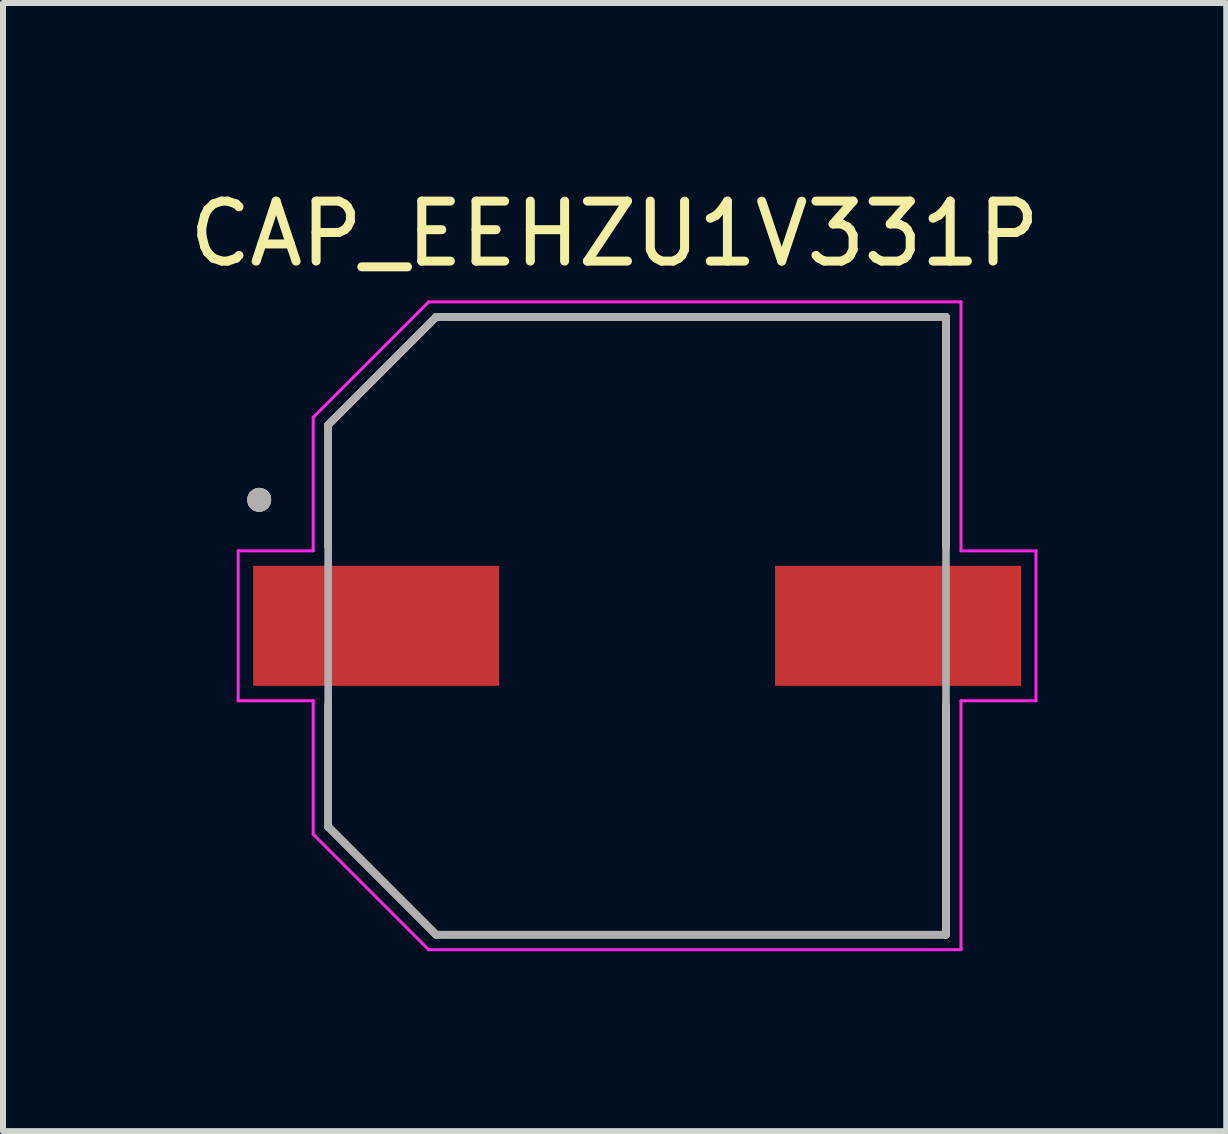
<source format=kicad_pcb>
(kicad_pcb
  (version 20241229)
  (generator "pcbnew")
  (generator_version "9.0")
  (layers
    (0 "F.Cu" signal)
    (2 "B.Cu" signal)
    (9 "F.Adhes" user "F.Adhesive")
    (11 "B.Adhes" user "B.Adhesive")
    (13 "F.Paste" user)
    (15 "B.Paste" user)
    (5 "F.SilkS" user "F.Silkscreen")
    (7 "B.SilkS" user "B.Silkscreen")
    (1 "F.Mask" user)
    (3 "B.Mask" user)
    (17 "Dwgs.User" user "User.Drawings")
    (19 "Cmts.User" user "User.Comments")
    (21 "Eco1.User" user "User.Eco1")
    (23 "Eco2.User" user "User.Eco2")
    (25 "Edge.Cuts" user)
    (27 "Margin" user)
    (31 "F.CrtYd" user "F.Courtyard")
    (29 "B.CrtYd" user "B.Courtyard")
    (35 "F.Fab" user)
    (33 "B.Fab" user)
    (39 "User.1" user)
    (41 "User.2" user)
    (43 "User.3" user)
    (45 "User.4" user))
  (footprint "CAP_EEHZU1V331P"
    (layer "F.Cu")
    (at 7.571 7.383)
    (property "Reference" "CAP_EEHZU1V331P" (at -0.375 -6.535 0) (layer "F.SilkS") (effects (font (size 1 1) (thickness 0.15))))
    (attr smd)
    (fp_line (start -5.15 -3.35) (end -5.15 -1.32) (stroke (width 0.127) (type solid)) (layer "F.SilkS"))
    (fp_line (start -5.15 1.32) (end -5.15 3.35) (stroke (width 0.127) (type solid)) (layer "F.SilkS"))
    (fp_line (start -5.15 3.35) (end -3.35 5.15) (stroke (width 0.127) (type solid)) (layer "F.SilkS"))
    (fp_line (start -3.35 -5.15) (end -5.15 -3.35) (stroke (width 0.127) (type solid)) (layer "F.SilkS"))
    (fp_line (start -3.35 5.15) (end 5.15 5.15) (stroke (width 0.127) (type solid)) (layer "F.SilkS"))
    (fp_line (start 5.15 -5.15) (end -3.35 -5.15) (stroke (width 0.127) (type solid)) (layer "F.SilkS"))
    (fp_line (start 5.15 -1.32) (end 5.15 -5.15) (stroke (width 0.127) (type solid)) (layer "F.SilkS"))
    (fp_line (start 5.15 5.15) (end 5.15 1.32) (stroke (width 0.127) (type solid)) (layer "F.SilkS"))
    (fp_circle (center -6.3 -2.1) (end -6.2 -2.1) (stroke (width 0.2) (type solid)) (fill no) (layer "F.SilkS"))
    (fp_line (start -6.65 -1.25) (end -5.4 -1.25) (stroke (width 0.05) (type solid)) (layer "F.CrtYd"))
    (fp_line (start -6.65 1.25) (end -6.65 -1.25) (stroke (width 0.05) (type solid)) (layer "F.CrtYd"))
    (fp_line (start -5.4 -3.475) (end -3.475 -5.4) (stroke (width 0.05) (type solid)) (layer "F.CrtYd"))
    (fp_line (start -5.4 -1.25) (end -5.4 -3.475) (stroke (width 0.05) (type solid)) (layer "F.CrtYd"))
    (fp_line (start -5.4 1.25) (end -6.65 1.25) (stroke (width 0.05) (type solid)) (layer "F.CrtYd"))
    (fp_line (start -5.4 3.475) (end -5.4 1.25) (stroke (width 0.05) (type solid)) (layer "F.CrtYd"))
    (fp_line (start -3.475 -5.4) (end 5.4 -5.4) (stroke (width 0.05) (type solid)) (layer "F.CrtYd"))
    (fp_line (start -3.475 5.4) (end -5.4 3.475) (stroke (width 0.05) (type solid)) (layer "F.CrtYd"))
    (fp_line (start 5.4 -5.4) (end 5.4 -1.25) (stroke (width 0.05) (type solid)) (layer "F.CrtYd"))
    (fp_line (start 5.4 -1.25) (end 6.65 -1.25) (stroke (width 0.05) (type solid)) (layer "F.CrtYd"))
    (fp_line (start 5.4 1.25) (end 5.4 5.4) (stroke (width 0.05) (type solid)) (layer "F.CrtYd"))
    (fp_line (start 5.4 5.4) (end -3.475 5.4) (stroke (width 0.05) (type solid)) (layer "F.CrtYd"))
    (fp_line (start 6.65 -1.25) (end 6.65 1.25) (stroke (width 0.05) (type solid)) (layer "F.CrtYd"))
    (fp_line (start 6.65 1.25) (end 5.4 1.25) (stroke (width 0.05) (type solid)) (layer "F.CrtYd"))
    (fp_line (start -5.15 -3.35) (end -5.15 3.35) (stroke (width 0.127) (type solid)) (layer "F.Fab"))
    (fp_line (start -5.15 3.35) (end -3.35 5.15) (stroke (width 0.127) (type solid)) (layer "F.Fab"))
    (fp_line (start -3.35 -5.15) (end -5.15 -3.35) (stroke (width 0.127) (type solid)) (layer "F.Fab"))
    (fp_line (start -3.35 5.15) (end 5.15 5.15) (stroke (width 0.127) (type solid)) (layer "F.Fab"))
    (fp_line (start 5.15 -5.15) (end -3.35 -5.15) (stroke (width 0.127) (type solid)) (layer "F.Fab"))
    (fp_line (start 5.15 5.15) (end 5.15 -5.15) (stroke (width 0.127) (type solid)) (layer "F.Fab"))
    (fp_circle (center -6.3 -2.1) (end -6.2 -2.1) (stroke (width 0.2) (type solid)) (fill no) (layer "F.Fab"))
    (pad "1" smd rect (at -4.35 0) (size 4.1 2) (layers "F.Cu" "F.Mask" "F.Paste"))
    (pad "2" smd rect (at 4.35 0) (size 4.1 2) (layers "F.Cu" "F.Mask" "F.Paste")))
  (gr_rect
    (start -3 -3)
    (end 17.393 15.808)
    (stroke (width 0.1) (type default))
    (fill no)
    (layer "Edge.Cuts")))
</source>
